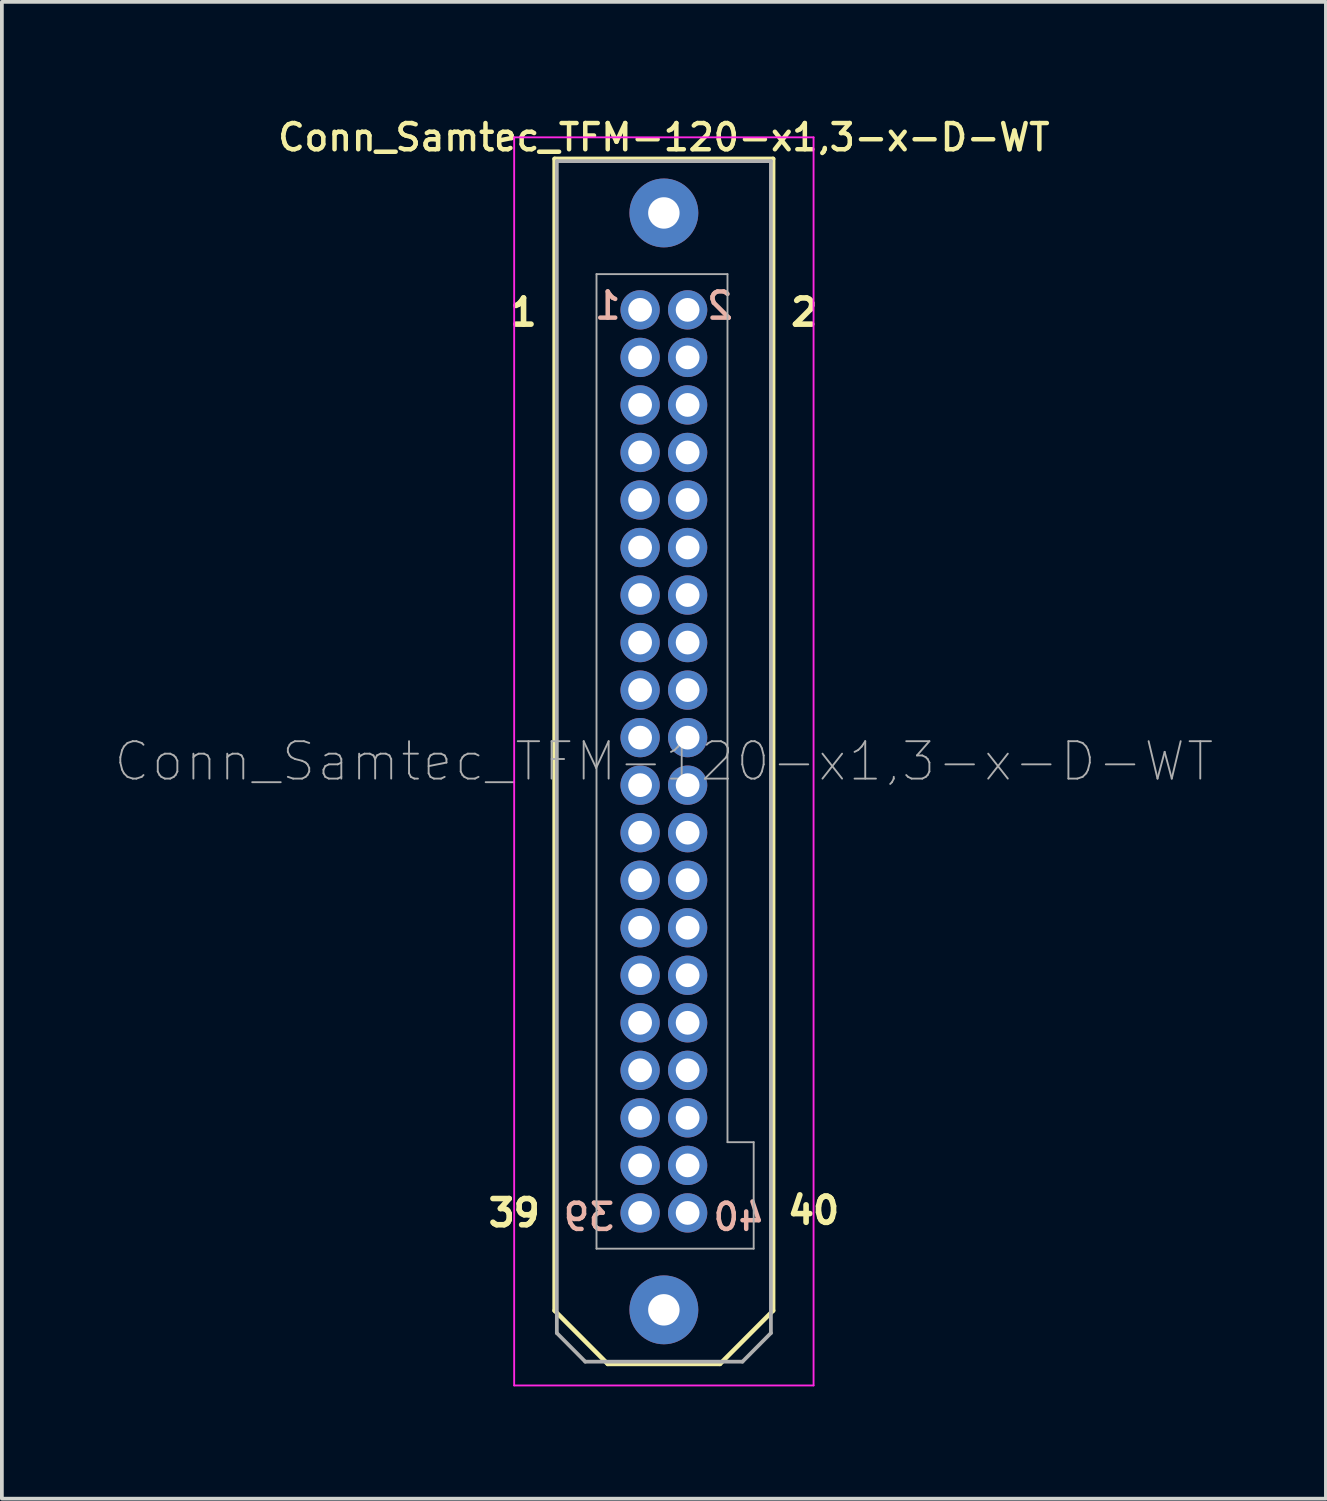
<source format=kicad_pcb>
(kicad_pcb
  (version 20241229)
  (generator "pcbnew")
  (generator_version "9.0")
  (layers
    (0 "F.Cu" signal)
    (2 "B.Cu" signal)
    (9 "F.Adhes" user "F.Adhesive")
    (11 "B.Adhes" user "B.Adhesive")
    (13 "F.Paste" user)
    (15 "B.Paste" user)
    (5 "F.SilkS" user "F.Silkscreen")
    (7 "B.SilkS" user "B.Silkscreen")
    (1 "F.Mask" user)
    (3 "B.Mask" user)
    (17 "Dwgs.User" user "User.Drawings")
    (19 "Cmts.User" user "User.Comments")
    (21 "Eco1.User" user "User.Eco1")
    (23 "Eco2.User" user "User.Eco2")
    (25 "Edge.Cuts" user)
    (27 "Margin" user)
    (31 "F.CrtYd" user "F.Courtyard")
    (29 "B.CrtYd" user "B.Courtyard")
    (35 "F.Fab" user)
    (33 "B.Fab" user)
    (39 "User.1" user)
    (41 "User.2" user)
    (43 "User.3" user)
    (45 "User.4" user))
  (footprint "Conn_Samtec_TFM-120-x1,3-x-D-WT"
    (layer "F.Cu")
    (at 14.689 17.295)
    (property "Reference" "Conn_Samtec_TFM-120-x1,3-x-D-WT" (at 0 -16.675 0) (layer "F.SilkS") (effects (font (size 0.7 0.7) (thickness 0.12))))
    (attr through_hole)
    (fp_line (start -2.92 -16.1) (end -2.92 14.675) (stroke (width 0.12) (type solid)) (layer "F.SilkS"))
    (fp_line (start -2.92 -16.1) (end 2.92 -16.1) (stroke (width 0.12) (type solid)) (layer "F.SilkS"))
    (fp_line (start -2.92 14.675) (end -1.5 16.1) (stroke (width 0.12) (type solid)) (layer "F.SilkS"))
    (fp_line (start -1.5 16.1) (end 1.5 16.1) (stroke (width 0.12) (type solid)) (layer "F.SilkS"))
    (fp_line (start 1.5 16.1) (end 2.92 14.675) (stroke (width 0.12) (type solid)) (layer "F.SilkS"))
    (fp_line (start 2.92 -16.1) (end 2.92 14.675) (stroke (width 0.12) (type solid)) (layer "F.SilkS"))
    (fp_line (start -4 16.675) (end -4 -16.675) (stroke (width 0.05) (type solid)) (layer "F.CrtYd"))
    (fp_line (start -4 16.675) (end 4 16.675) (stroke (width 0.05) (type solid)) (layer "F.CrtYd"))
    (fp_line (start 4 -16.675) (end -4 -16.675) (stroke (width 0.05) (type solid)) (layer "F.CrtYd"))
    (fp_line (start 4 16.675) (end 4 -16.675) (stroke (width 0.05) (type solid)) (layer "F.CrtYd"))
    (fp_line (start -2.86 -16.04) (end 2.86 -16.04) (stroke (width 0.1) (type solid)) (layer "F.Fab"))
    (fp_line (start -2.86 15.275) (end -2.86 -16.04) (stroke (width 0.1) (type solid)) (layer "F.Fab"))
    (fp_line (start -2.1 16.04) (end -2.86 15.275) (stroke (width 0.1) (type solid)) (layer "F.Fab"))
    (fp_line (start -1.8 -13.02) (end -1.8 13.02) (stroke (width 0.05) (type solid)) (layer "F.Fab"))
    (fp_line (start -1.8 13.02) (end 2.4 13.02) (stroke (width 0.05) (type solid)) (layer "F.Fab"))
    (fp_line (start 1.7 -13.02) (end -1.8 -13.02) (stroke (width 0.05) (type solid)) (layer "F.Fab"))
    (fp_line (start 1.7 10.175) (end 1.7 -13.02) (stroke (width 0.05) (type solid)) (layer "F.Fab"))
    (fp_line (start 1.7 10.175) (end 2.4 10.175) (stroke (width 0.05) (type solid)) (layer "F.Fab"))
    (fp_line (start 2.1 16.04) (end -2.1 16.04) (stroke (width 0.1) (type solid)) (layer "F.Fab"))
    (fp_line (start 2.1 16.04) (end 2.86 15.275) (stroke (width 0.1) (type solid)) (layer "F.Fab"))
    (fp_line (start 2.4 13.02) (end 2.4 10.175) (stroke (width 0.05) (type solid)) (layer "F.Fab"))
    (fp_line (start 2.86 -16.04) (end 2.86 15.275) (stroke (width 0.1) (type solid)) (layer "F.Fab"))
    (fp_text user "1" (at -3.75 -12 0) (layer "F.SilkS") (effects (font (size 0.7 0.7) (thickness 0.15))))
    (fp_text user "40" (at 4 12 180) (layer "F.SilkS") (effects (font (size 0.7 0.7) (thickness 0.15))))
    (fp_text user "39" (at -4 12.065 0) (layer "F.SilkS") (effects (font (size 0.7 0.7) (thickness 0.15))))
    (fp_text user "2" (at 3.75 -12 180) (layer "F.SilkS") (effects (font (size 0.7 0.7) (thickness 0.15))))
    (fp_text user "39" (at -2 12.175 0) (layer "B.SilkS") (effects (font (size 0.7 0.7) (thickness 0.12)) (justify mirror)))
    (fp_text user "1" (at -1.5 -12.175 0) (layer "B.SilkS") (effects (font (size 0.7 0.7) (thickness 0.12)) (justify mirror)))
    (fp_text user "40" (at 2 12.175 0) (layer "B.SilkS") (effects (font (size 0.7 0.7) (thickness 0.12)) (justify mirror)))
    (fp_text user "2" (at 1.5 -12.175 0) (layer "B.SilkS") (effects (font (size 0.7 0.7) (thickness 0.12)) (justify mirror)))
    (fp_text user "${REFERENCE}" (at 0 0 0) (layer "F.Fab") (effects (font (size 1 1) (thickness 0.05))))
    (pad "" thru_hole circle (at 0 -14.655) (size 1.84 1.84) (drill 0.84) (layers "*.Cu" "*.Mask"))
    (pad "" thru_hole circle (at 0 14.655) (size 1.84 1.84) (drill 0.84) (layers "*.Cu" "*.Mask"))
    (pad "1" thru_hole circle (at -0.635 -12.065) (size 1.05 1.05) (drill 0.635) (layers "*.Cu" "*.Mask"))
    (pad "2" thru_hole circle (at 0.635 -12.065) (size 1.05 1.05) (drill 0.635) (layers "*.Cu" "*.Mask"))
    (pad "3" thru_hole circle (at -0.635 -10.795) (size 1.05 1.05) (drill 0.635) (layers "*.Cu" "*.Mask"))
    (pad "4" thru_hole circle (at 0.635 -10.795) (size 1.05 1.05) (drill 0.635) (layers "*.Cu" "*.Mask"))
    (pad "5" thru_hole circle (at -0.635 -9.525) (size 1.05 1.05) (drill 0.635) (layers "*.Cu" "*.Mask"))
    (pad "6" thru_hole circle (at 0.635 -9.525) (size 1.05 1.05) (drill 0.635) (layers "*.Cu" "*.Mask"))
    (pad "7" thru_hole circle (at -0.635 -8.255) (size 1.05 1.05) (drill 0.635) (layers "*.Cu" "*.Mask"))
    (pad "8" thru_hole circle (at 0.635 -8.255) (size 1.05 1.05) (drill 0.635) (layers "*.Cu" "*.Mask"))
    (pad "9" thru_hole circle (at -0.635 -6.985) (size 1.05 1.05) (drill 0.635) (layers "*.Cu" "*.Mask"))
    (pad "10" thru_hole circle (at 0.635 -6.985) (size 1.05 1.05) (drill 0.635) (layers "*.Cu" "*.Mask"))
    (pad "11" thru_hole circle (at -0.635 -5.715) (size 1.05 1.05) (drill 0.635) (layers "*.Cu" "*.Mask"))
    (pad "12" thru_hole circle (at 0.635 -5.715) (size 1.05 1.05) (drill 0.635) (layers "*.Cu" "*.Mask"))
    (pad "13" thru_hole circle (at -0.635 -4.445) (size 1.05 1.05) (drill 0.635) (layers "*.Cu" "*.Mask"))
    (pad "14" thru_hole circle (at 0.635 -4.445) (size 1.05 1.05) (drill 0.635) (layers "*.Cu" "*.Mask"))
    (pad "15" thru_hole circle (at -0.635 -3.175) (size 1.05 1.05) (drill 0.635) (layers "*.Cu" "*.Mask"))
    (pad "16" thru_hole circle (at 0.635 -3.175) (size 1.05 1.05) (drill 0.635) (layers "*.Cu" "*.Mask"))
    (pad "17" thru_hole circle (at -0.635 -1.905) (size 1.05 1.05) (drill 0.635) (layers "*.Cu" "*.Mask"))
    (pad "18" thru_hole circle (at 0.635 -1.905) (size 1.05 1.05) (drill 0.635) (layers "*.Cu" "*.Mask"))
    (pad "19" thru_hole circle (at -0.635 -0.635) (size 1.05 1.05) (drill 0.635) (layers "*.Cu" "*.Mask"))
    (pad "20" thru_hole circle (at 0.635 -0.635) (size 1.05 1.05) (drill 0.635) (layers "*.Cu" "*.Mask"))
    (pad "21" thru_hole circle (at -0.635 0.635) (size 1.05 1.05) (drill 0.635) (layers "*.Cu" "*.Mask"))
    (pad "22" thru_hole circle (at 0.635 0.635) (size 1.05 1.05) (drill 0.635) (layers "*.Cu" "*.Mask"))
    (pad "23" thru_hole circle (at -0.635 1.905) (size 1.05 1.05) (drill 0.635) (layers "*.Cu" "*.Mask"))
    (pad "24" thru_hole circle (at 0.635 1.905) (size 1.05 1.05) (drill 0.635) (layers "*.Cu" "*.Mask"))
    (pad "25" thru_hole circle (at -0.635 3.175) (size 1.05 1.05) (drill 0.635) (layers "*.Cu" "*.Mask"))
    (pad "26" thru_hole circle (at 0.635 3.175) (size 1.05 1.05) (drill 0.635) (layers "*.Cu" "*.Mask"))
    (pad "27" thru_hole circle (at -0.635 4.445) (size 1.05 1.05) (drill 0.635) (layers "*.Cu" "*.Mask"))
    (pad "28" thru_hole circle (at 0.635 4.445) (size 1.05 1.05) (drill 0.635) (layers "*.Cu" "*.Mask"))
    (pad "29" thru_hole circle (at -0.635 5.715) (size 1.05 1.05) (drill 0.635) (layers "*.Cu" "*.Mask"))
    (pad "30" thru_hole circle (at 0.635 5.715) (size 1.05 1.05) (drill 0.635) (layers "*.Cu" "*.Mask"))
    (pad "31" thru_hole circle (at -0.635 6.985) (size 1.05 1.05) (drill 0.635) (layers "*.Cu" "*.Mask"))
    (pad "32" thru_hole circle (at 0.635 6.985) (size 1.05 1.05) (drill 0.635) (layers "*.Cu" "*.Mask"))
    (pad "33" thru_hole circle (at -0.635 8.255) (size 1.05 1.05) (drill 0.635) (layers "*.Cu" "*.Mask"))
    (pad "34" thru_hole circle (at 0.635 8.255) (size 1.05 1.05) (drill 0.635) (layers "*.Cu" "*.Mask"))
    (pad "35" thru_hole circle (at -0.635 9.525) (size 1.05 1.05) (drill 0.635) (layers "*.Cu" "*.Mask"))
    (pad "36" thru_hole circle (at 0.635 9.525) (size 1.05 1.05) (drill 0.635) (layers "*.Cu" "*.Mask"))
    (pad "37" thru_hole circle (at -0.635 10.795) (size 1.05 1.05) (drill 0.635) (layers "*.Cu" "*.Mask"))
    (pad "38" thru_hole circle (at 0.635 10.795) (size 1.05 1.05) (drill 0.635) (layers "*.Cu" "*.Mask"))
    (pad "39" thru_hole circle (at -0.635 12.065) (size 1.05 1.05) (drill 0.635) (layers "*.Cu" "*.Mask"))
    (pad "40" thru_hole circle (at 0.635 12.065) (size 1.05 1.05) (drill 0.635) (layers "*.Cu" "*.Mask")))
  (gr_rect
    (start -3 -3)
    (end 32.379 36.995)
    (stroke (width 0.1) (type default))
    (fill no)
    (layer "Edge.Cuts")))
</source>
